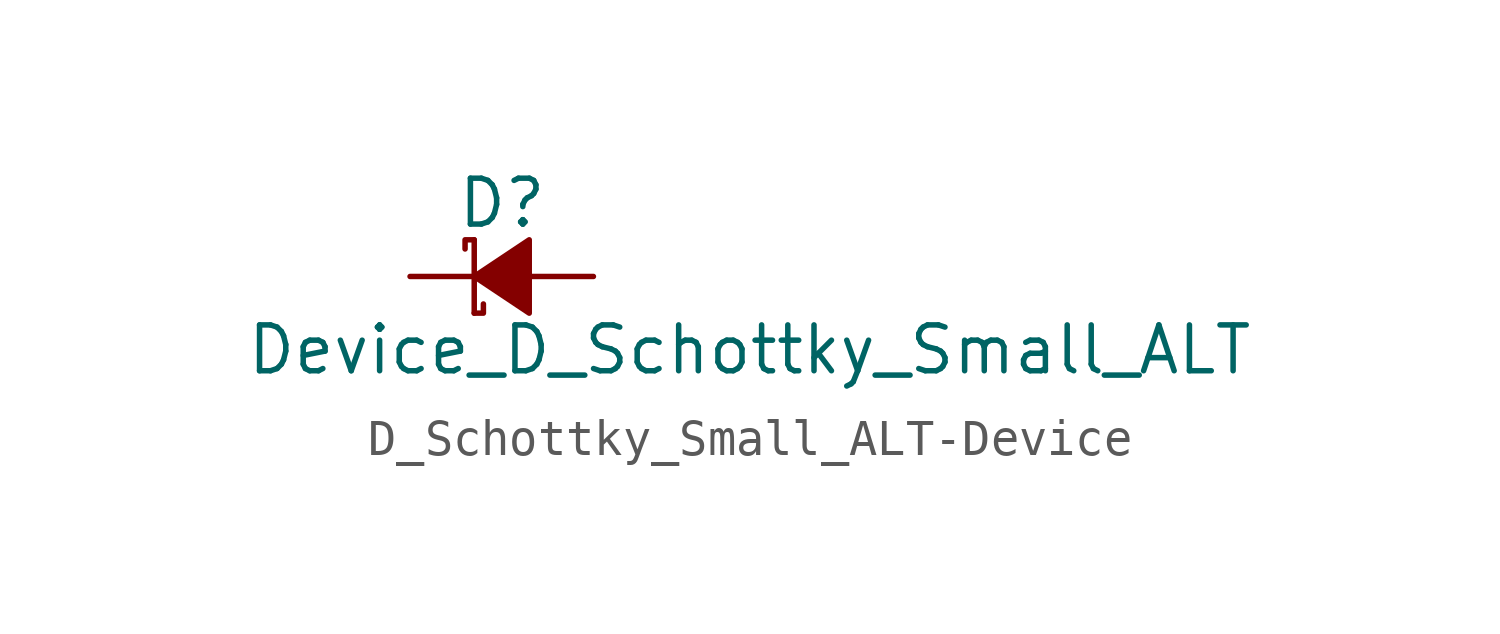
<source format=kicad_sym>
(kicad_symbol_lib
  (version 20231120)
  (generator "kicad_symbol_editor")
  (generator_version "8.0")
  (symbol "D_Schottky_Small_ALT-Device"
    (pin_numbers hide)
    (pin_names
      (offset 0.254) hide)
    (property "Reference" "D"
      (at -1.27 2.032 0)
      (effects (font (size 1.27 1.27)) (justify left)))
    (property "Value" "Device_D_Schottky_Small_ALT"
      (at -7.112 -2.032 0)
      (effects (font (size 1.27 1.27)) (justify left)))
    (symbol "D_Schottky_Small_ALT-Device_0_1"
      (polyline (pts (xy -0.762 -1.016) (xy -0.762 1.016)) (stroke (width 0) (type solid)) (fill (type none)))
      (polyline (pts (xy -0.762 0) (xy 0.762 0)) (stroke (width 0) (type solid)) (fill (type none)))
      (polyline (pts (xy -0.762 -1.016) (xy -0.508 -1.016) (xy -0.508 -0.762)) (stroke (width 0) (type solid)) (fill (type none)))
      (polyline (pts (xy -0.762 1.016) (xy -1.016 1.016) (xy -1.016 0.762)) (stroke (width 0) (type solid)) (fill (type none)))
      (polyline (pts (xy 0.762 -1.016) (xy -0.762 0) (xy 0.762 1.016) (xy 0.762 -1.016)) (stroke (width 0) (type solid)) (fill (type outline))))
    (symbol "D_Schottky_Small_ALT-Device_1_1"
      (pin passive line (at -2.54 0 0) (length 1.778) (name "K" (effects (font (size 1.27 1.27)))) (number "1" (effects (font (size 1.27 1.27)))))
      (pin passive line (at 2.54 0 180) (length 1.778) (name "A" (effects (font (size 1.27 1.27)))) (number "2" (effects (font (size 1.27 1.27))))))))
</source>
